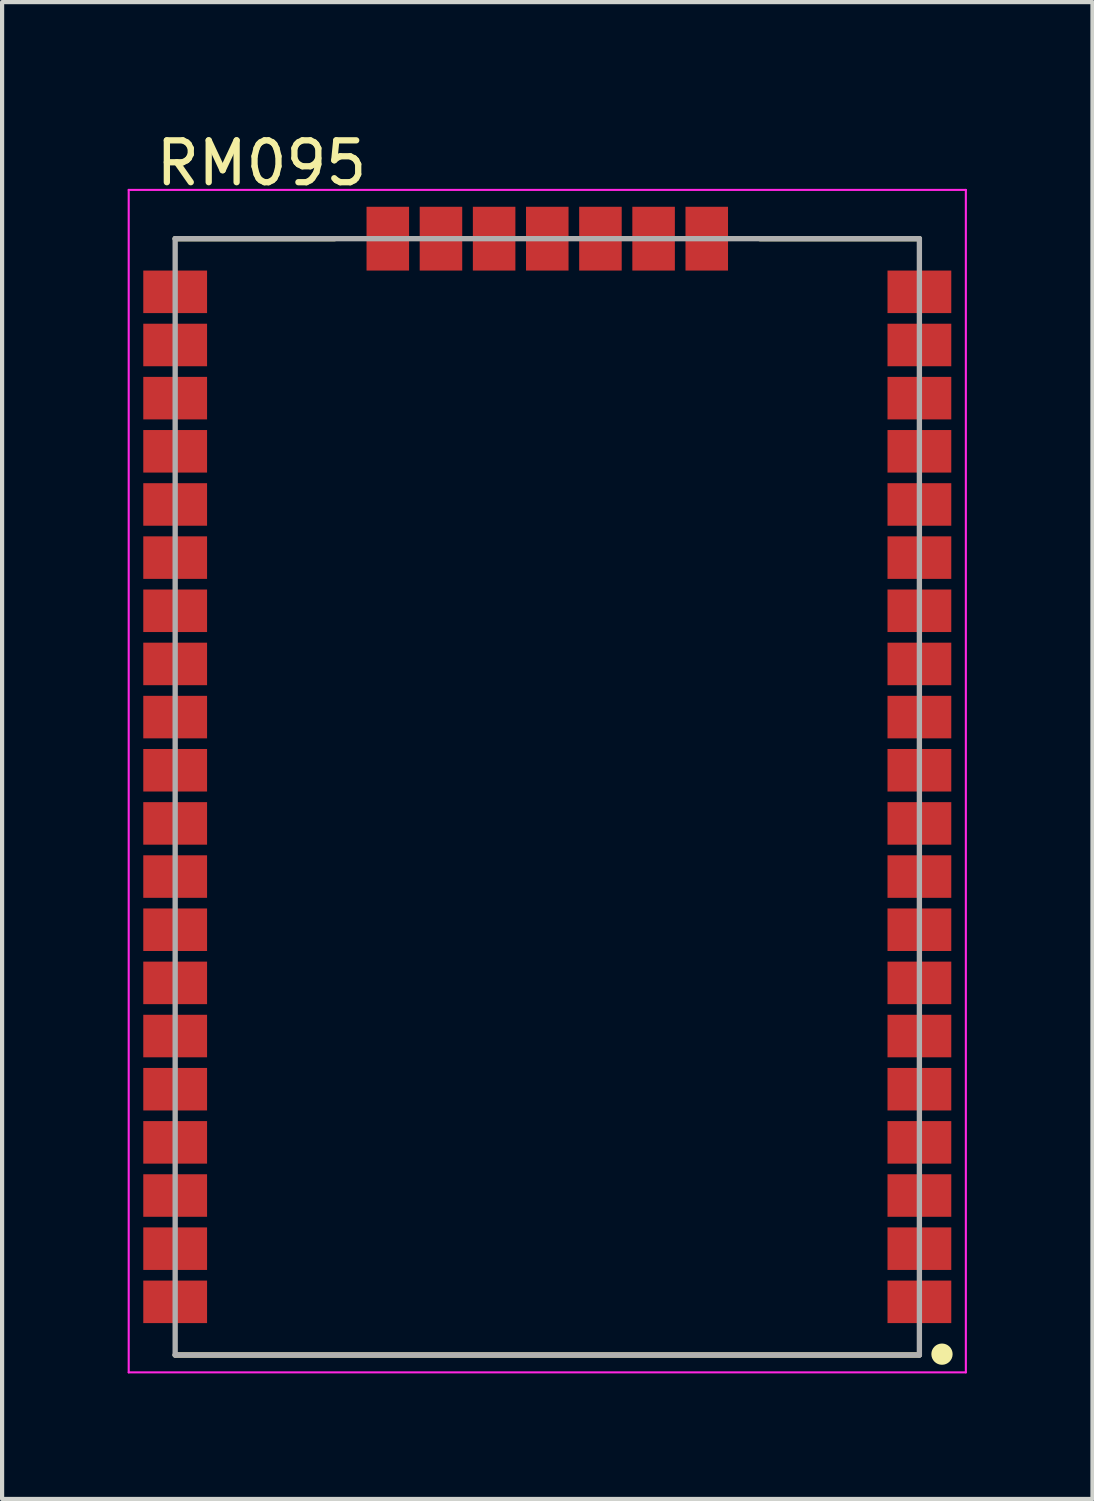
<source format=kicad_pcb>
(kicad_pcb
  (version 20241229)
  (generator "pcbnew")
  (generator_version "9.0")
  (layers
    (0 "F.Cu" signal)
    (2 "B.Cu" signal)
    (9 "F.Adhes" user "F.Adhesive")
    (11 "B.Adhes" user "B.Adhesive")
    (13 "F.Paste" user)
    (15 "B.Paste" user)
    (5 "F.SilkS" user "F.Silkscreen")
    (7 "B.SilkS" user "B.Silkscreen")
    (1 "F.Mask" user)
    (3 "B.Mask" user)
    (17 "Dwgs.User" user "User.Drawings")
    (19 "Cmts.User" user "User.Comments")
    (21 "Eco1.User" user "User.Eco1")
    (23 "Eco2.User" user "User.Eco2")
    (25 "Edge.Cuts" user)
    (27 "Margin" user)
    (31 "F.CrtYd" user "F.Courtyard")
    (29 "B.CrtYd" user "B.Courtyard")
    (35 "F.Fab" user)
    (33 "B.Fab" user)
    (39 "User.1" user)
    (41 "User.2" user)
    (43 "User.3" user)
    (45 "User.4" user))
  (footprint "RM095"
    (layer "F.Cu")
    (at 10.025 15.987)
    (property "Reference" "RM095" (at -6.827 -15.139 0) (layer "F.SilkS") (effects (font (size 1 1) (thickness 0.15))))
    (attr through_hole)
    (fp_line (start -8.89 -13.335) (end -5.08 -13.335) (stroke (width 0.127) (type solid)) (layer "F.SilkS"))
    (fp_line (start -8.89 13.335) (end 8.89 13.335) (stroke (width 0.127) (type solid)) (layer "F.SilkS"))
    (fp_line (start 5.08 -13.335) (end 8.89 -13.335) (stroke (width 0.127) (type solid)) (layer "F.SilkS"))
    (fp_circle (center 9.43 13.315) (end 9.684 13.315) (stroke (width 0) (type solid)) (fill yes) (layer "F.SilkS"))
    (fp_line (start -10 -14.5) (end -10 13.75) (stroke (width 0.05) (type solid)) (layer "F.CrtYd"))
    (fp_line (start -10 13.75) (end 10 13.75) (stroke (width 0.05) (type solid)) (layer "F.CrtYd"))
    (fp_line (start 10 -14.5) (end -10 -14.5) (stroke (width 0.05) (type solid)) (layer "F.CrtYd"))
    (fp_line (start 10 13.75) (end 10 -14.5) (stroke (width 0.05) (type solid)) (layer "F.CrtYd"))
    (fp_line (start -8.89 -13.335) (end -8.89 13.335) (stroke (width 0.127) (type solid)) (layer "F.Fab"))
    (fp_line (start -8.89 13.335) (end 8.89 13.335) (stroke (width 0.127) (type solid)) (layer "F.Fab"))
    (fp_line (start 8.89 -13.335) (end -8.89 -13.335) (stroke (width 0.127) (type solid)) (layer "F.Fab"))
    (fp_line (start 8.89 13.335) (end 8.89 -13.335) (stroke (width 0.127) (type solid)) (layer "F.Fab"))
    (pad "1" smd rect (at 8.89 12.065) (size 1.524 1.016) (layers "F.Cu" "F.Mask" "F.Paste"))
    (pad "2" smd rect (at 8.89 10.795) (size 1.524 1.016) (layers "F.Cu" "F.Mask" "F.Paste"))
    (pad "3" smd rect (at 8.89 9.525) (size 1.524 1.016) (layers "F.Cu" "F.Mask" "F.Paste"))
    (pad "4" smd rect (at 8.89 8.255) (size 1.524 1.016) (layers "F.Cu" "F.Mask" "F.Paste"))
    (pad "5" smd rect (at 8.89 6.985) (size 1.524 1.016) (layers "F.Cu" "F.Mask" "F.Paste"))
    (pad "6" smd rect (at 8.89 5.715) (size 1.524 1.016) (layers "F.Cu" "F.Mask" "F.Paste"))
    (pad "7" smd rect (at 8.89 4.445) (size 1.524 1.016) (layers "F.Cu" "F.Mask" "F.Paste"))
    (pad "8" smd rect (at 8.89 3.175) (size 1.524 1.016) (layers "F.Cu" "F.Mask" "F.Paste"))
    (pad "9" smd rect (at 8.89 1.905) (size 1.524 1.016) (layers "F.Cu" "F.Mask" "F.Paste"))
    (pad "10" smd rect (at 8.89 0.635) (size 1.524 1.016) (layers "F.Cu" "F.Mask" "F.Paste"))
    (pad "11" smd rect (at 8.89 -0.635) (size 1.524 1.016) (layers "F.Cu" "F.Mask" "F.Paste"))
    (pad "12" smd rect (at 8.89 -1.905) (size 1.524 1.016) (layers "F.Cu" "F.Mask" "F.Paste"))
    (pad "13" smd rect (at 8.89 -3.175) (size 1.524 1.016) (layers "F.Cu" "F.Mask" "F.Paste"))
    (pad "14" smd rect (at 8.89 -4.445) (size 1.524 1.016) (layers "F.Cu" "F.Mask" "F.Paste"))
    (pad "15" smd rect (at 8.89 -5.715) (size 1.524 1.016) (layers "F.Cu" "F.Mask" "F.Paste"))
    (pad "16" smd rect (at 8.89 -6.985) (size 1.524 1.016) (layers "F.Cu" "F.Mask" "F.Paste"))
    (pad "17" smd rect (at 8.89 -8.255) (size 1.524 1.016) (layers "F.Cu" "F.Mask" "F.Paste"))
    (pad "18" smd rect (at 8.89 -9.525) (size 1.524 1.016) (layers "F.Cu" "F.Mask" "F.Paste"))
    (pad "19" smd rect (at 8.89 -10.795) (size 1.524 1.016) (layers "F.Cu" "F.Mask" "F.Paste"))
    (pad "20" smd rect (at 8.89 -12.065) (size 1.524 1.016) (layers "F.Cu" "F.Mask" "F.Paste"))
    (pad "21" smd rect (at 3.81 -13.335) (size 1.016 1.524) (layers "F.Cu" "F.Mask" "F.Paste"))
    (pad "22" smd rect (at 2.54 -13.335) (size 1.016 1.524) (layers "F.Cu" "F.Mask" "F.Paste"))
    (pad "23" smd rect (at 1.27 -13.335) (size 1.016 1.524) (layers "F.Cu" "F.Mask" "F.Paste"))
    (pad "24" smd rect (at 0 -13.335) (size 1.016 1.524) (layers "F.Cu" "F.Mask" "F.Paste"))
    (pad "25" smd rect (at -1.27 -13.335) (size 1.016 1.524) (layers "F.Cu" "F.Mask" "F.Paste"))
    (pad "26" smd rect (at -2.54 -13.335) (size 1.016 1.524) (layers "F.Cu" "F.Mask" "F.Paste"))
    (pad "27" smd rect (at -3.81 -13.335) (size 1.016 1.524) (layers "F.Cu" "F.Mask" "F.Paste"))
    (pad "28" smd rect (at -8.89 -12.065) (size 1.524 1.016) (layers "F.Cu" "F.Mask" "F.Paste"))
    (pad "29" smd rect (at -8.89 -10.795) (size 1.524 1.016) (layers "F.Cu" "F.Mask" "F.Paste"))
    (pad "30" smd rect (at -8.89 -9.525) (size 1.524 1.016) (layers "F.Cu" "F.Mask" "F.Paste"))
    (pad "31" smd rect (at -8.89 -8.255) (size 1.524 1.016) (layers "F.Cu" "F.Mask" "F.Paste"))
    (pad "32" smd rect (at -8.89 -6.985) (size 1.524 1.016) (layers "F.Cu" "F.Mask" "F.Paste"))
    (pad "33" smd rect (at -8.89 -5.715) (size 1.524 1.016) (layers "F.Cu" "F.Mask" "F.Paste"))
    (pad "34" smd rect (at -8.89 -4.445) (size 1.524 1.016) (layers "F.Cu" "F.Mask" "F.Paste"))
    (pad "35" smd rect (at -8.89 -3.175) (size 1.524 1.016) (layers "F.Cu" "F.Mask" "F.Paste"))
    (pad "36" smd rect (at -8.89 -1.905) (size 1.524 1.016) (layers "F.Cu" "F.Mask" "F.Paste"))
    (pad "37" smd rect (at -8.89 -0.635) (size 1.524 1.016) (layers "F.Cu" "F.Mask" "F.Paste"))
    (pad "38" smd rect (at -8.89 0.635) (size 1.524 1.016) (layers "F.Cu" "F.Mask" "F.Paste"))
    (pad "39" smd rect (at -8.89 1.905) (size 1.524 1.016) (layers "F.Cu" "F.Mask" "F.Paste"))
    (pad "40" smd rect (at -8.89 3.175) (size 1.524 1.016) (layers "F.Cu" "F.Mask" "F.Paste"))
    (pad "41" smd rect (at -8.89 4.445) (size 1.524 1.016) (layers "F.Cu" "F.Mask" "F.Paste"))
    (pad "42" smd rect (at -8.89 5.715) (size 1.524 1.016) (layers "F.Cu" "F.Mask" "F.Paste"))
    (pad "43" smd rect (at -8.89 6.985) (size 1.524 1.016) (layers "F.Cu" "F.Mask" "F.Paste"))
    (pad "44" smd rect (at -8.89 8.255) (size 1.524 1.016) (layers "F.Cu" "F.Mask" "F.Paste"))
    (pad "45" smd rect (at -8.89 9.525) (size 1.524 1.016) (layers "F.Cu" "F.Mask" "F.Paste"))
    (pad "46" smd rect (at -8.89 10.795) (size 1.524 1.016) (layers "F.Cu" "F.Mask" "F.Paste"))
    (pad "47" smd rect (at -8.89 12.065) (size 1.524 1.016) (layers "F.Cu" "F.Mask" "F.Paste")))
  (gr_rect
    (start -3 -3)
    (end 23.05 32.762)
    (stroke (width 0.1) (type default))
    (fill no)
    (layer "Edge.Cuts")))
</source>
